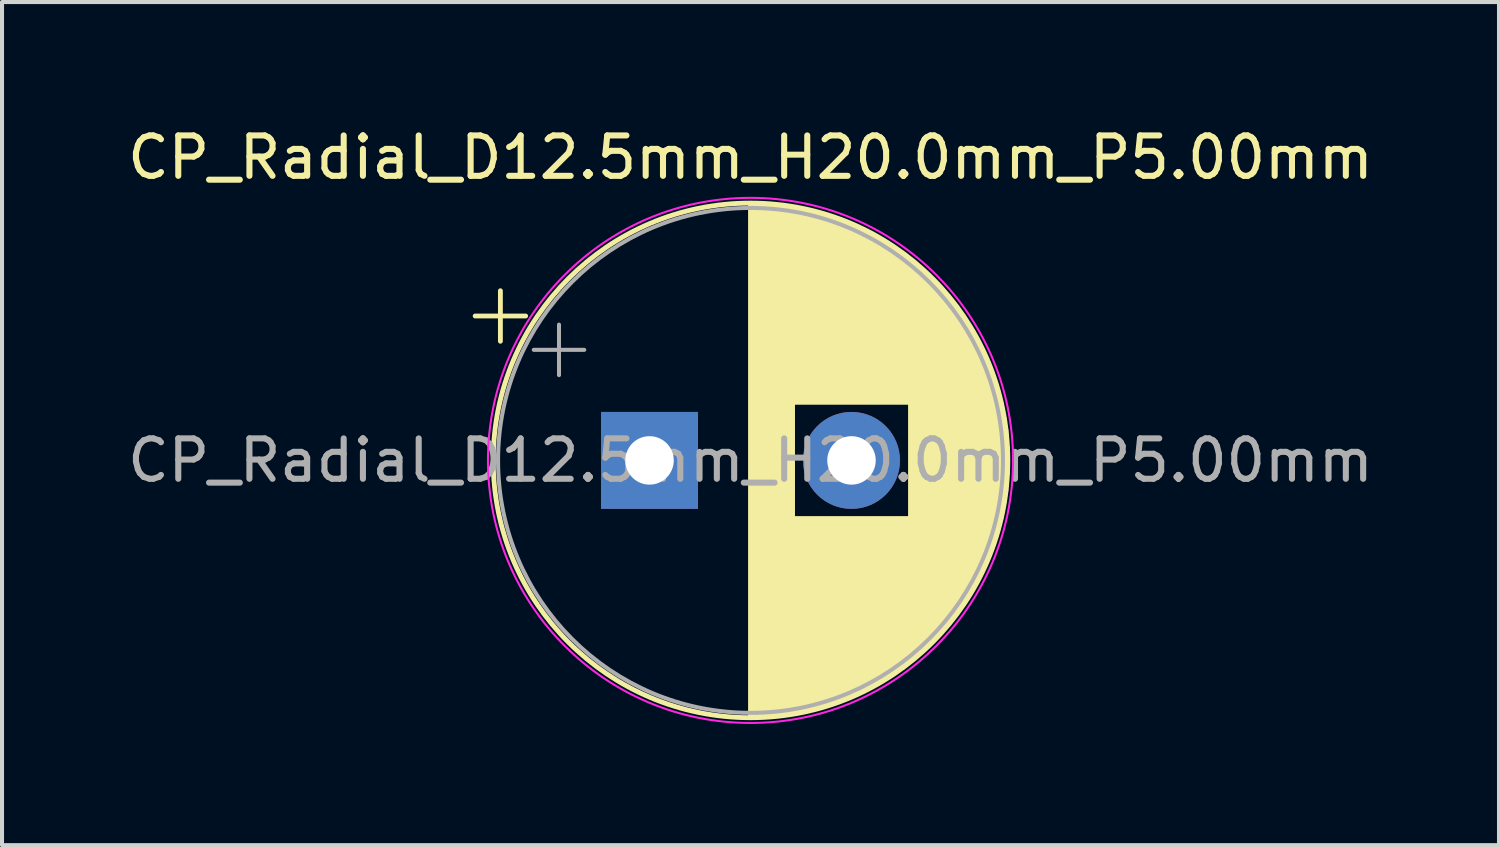
<source format=kicad_pcb>
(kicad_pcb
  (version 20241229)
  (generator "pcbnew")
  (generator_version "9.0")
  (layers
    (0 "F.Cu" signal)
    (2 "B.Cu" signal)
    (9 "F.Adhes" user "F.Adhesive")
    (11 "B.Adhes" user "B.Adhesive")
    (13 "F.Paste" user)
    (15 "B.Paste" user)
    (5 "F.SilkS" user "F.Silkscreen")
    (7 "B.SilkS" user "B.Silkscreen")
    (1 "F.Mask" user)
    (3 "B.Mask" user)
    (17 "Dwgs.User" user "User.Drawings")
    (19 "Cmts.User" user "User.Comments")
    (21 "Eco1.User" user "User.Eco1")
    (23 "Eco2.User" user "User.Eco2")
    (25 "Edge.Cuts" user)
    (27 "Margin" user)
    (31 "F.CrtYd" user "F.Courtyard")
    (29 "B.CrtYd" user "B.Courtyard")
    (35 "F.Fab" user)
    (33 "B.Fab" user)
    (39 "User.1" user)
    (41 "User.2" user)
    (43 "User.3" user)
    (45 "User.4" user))
  (footprint "CP_Radial_D12.5mm_H20.0mm_P5.00mm"
    (layer "F.Cu")
    (at 13.03 8.348)
    (property "Reference" "CP_Radial_D12.5mm_H20.0mm_P5.00mm" (at 2.5 -7.5 0) (layer "F.SilkS") (effects (font (size 1 1) (thickness 0.15))))
    (attr through_hole)
    (fp_line (start -4.317 -3.575) (end -3.067 -3.575) (stroke (width 0.12) (type solid)) (layer "F.SilkS"))
    (fp_line (start -3.692 -4.2) (end -3.692 -2.95) (stroke (width 0.12) (type solid)) (layer "F.SilkS"))
    (fp_line (start 2.5 -6.33) (end 2.5 6.33) (stroke (width 0.12) (type solid)) (layer "F.SilkS"))
    (fp_line (start 2.54 -6.33) (end 2.54 6.33) (stroke (width 0.12) (type solid)) (layer "F.SilkS"))
    (fp_line (start 2.58 -6.33) (end 2.58 6.33) (stroke (width 0.12) (type solid)) (layer "F.SilkS"))
    (fp_line (start 2.62 -6.329) (end 2.62 6.329) (stroke (width 0.12) (type solid)) (layer "F.SilkS"))
    (fp_line (start 2.66 -6.328) (end 2.66 6.328) (stroke (width 0.12) (type solid)) (layer "F.SilkS"))
    (fp_line (start 2.7 -6.327) (end 2.7 6.327) (stroke (width 0.12) (type solid)) (layer "F.SilkS"))
    (fp_line (start 2.74 -6.326) (end 2.74 6.326) (stroke (width 0.12) (type solid)) (layer "F.SilkS"))
    (fp_line (start 2.78 -6.324) (end 2.78 6.324) (stroke (width 0.12) (type solid)) (layer "F.SilkS"))
    (fp_line (start 2.82 -6.322) (end 2.82 6.322) (stroke (width 0.12) (type solid)) (layer "F.SilkS"))
    (fp_line (start 2.86 -6.32) (end 2.86 6.32) (stroke (width 0.12) (type solid)) (layer "F.SilkS"))
    (fp_line (start 2.9 -6.318) (end 2.9 6.318) (stroke (width 0.12) (type solid)) (layer "F.SilkS"))
    (fp_line (start 2.94 -6.315) (end 2.94 6.315) (stroke (width 0.12) (type solid)) (layer "F.SilkS"))
    (fp_line (start 2.98 -6.312) (end 2.98 6.312) (stroke (width 0.12) (type solid)) (layer "F.SilkS"))
    (fp_line (start 3.02 -6.309) (end 3.02 6.309) (stroke (width 0.12) (type solid)) (layer "F.SilkS"))
    (fp_line (start 3.06 -6.306) (end 3.06 6.306) (stroke (width 0.12) (type solid)) (layer "F.SilkS"))
    (fp_line (start 3.1 -6.302) (end 3.1 6.302) (stroke (width 0.12) (type solid)) (layer "F.SilkS"))
    (fp_line (start 3.14 -6.298) (end 3.14 6.298) (stroke (width 0.12) (type solid)) (layer "F.SilkS"))
    (fp_line (start 3.18 -6.294) (end 3.18 6.294) (stroke (width 0.12) (type solid)) (layer "F.SilkS"))
    (fp_line (start 3.221 -6.29) (end 3.221 6.29) (stroke (width 0.12) (type solid)) (layer "F.SilkS"))
    (fp_line (start 3.261 -6.285) (end 3.261 6.285) (stroke (width 0.12) (type solid)) (layer "F.SilkS"))
    (fp_line (start 3.301 -6.28) (end 3.301 6.28) (stroke (width 0.12) (type solid)) (layer "F.SilkS"))
    (fp_line (start 3.341 -6.275) (end 3.341 6.275) (stroke (width 0.12) (type solid)) (layer "F.SilkS"))
    (fp_line (start 3.381 -6.269) (end 3.381 6.269) (stroke (width 0.12) (type solid)) (layer "F.SilkS"))
    (fp_line (start 3.421 -6.264) (end 3.421 6.264) (stroke (width 0.12) (type solid)) (layer "F.SilkS"))
    (fp_line (start 3.461 -6.258) (end 3.461 6.258) (stroke (width 0.12) (type solid)) (layer "F.SilkS"))
    (fp_line (start 3.501 -6.252) (end 3.501 6.252) (stroke (width 0.12) (type solid)) (layer "F.SilkS"))
    (fp_line (start 3.541 -6.245) (end 3.541 6.245) (stroke (width 0.12) (type solid)) (layer "F.SilkS"))
    (fp_line (start 3.581 -6.238) (end 3.581 -1.44) (stroke (width 0.12) (type solid)) (layer "F.SilkS"))
    (fp_line (start 3.581 1.44) (end 3.581 6.238) (stroke (width 0.12) (type solid)) (layer "F.SilkS"))
    (fp_line (start 3.621 -6.231) (end 3.621 -1.44) (stroke (width 0.12) (type solid)) (layer "F.SilkS"))
    (fp_line (start 3.621 1.44) (end 3.621 6.231) (stroke (width 0.12) (type solid)) (layer "F.SilkS"))
    (fp_line (start 3.661 -6.224) (end 3.661 -1.44) (stroke (width 0.12) (type solid)) (layer "F.SilkS"))
    (fp_line (start 3.661 1.44) (end 3.661 6.224) (stroke (width 0.12) (type solid)) (layer "F.SilkS"))
    (fp_line (start 3.701 -6.216) (end 3.701 -1.44) (stroke (width 0.12) (type solid)) (layer "F.SilkS"))
    (fp_line (start 3.701 1.44) (end 3.701 6.216) (stroke (width 0.12) (type solid)) (layer "F.SilkS"))
    (fp_line (start 3.741 -6.209) (end 3.741 -1.44) (stroke (width 0.12) (type solid)) (layer "F.SilkS"))
    (fp_line (start 3.741 1.44) (end 3.741 6.209) (stroke (width 0.12) (type solid)) (layer "F.SilkS"))
    (fp_line (start 3.781 -6.201) (end 3.781 -1.44) (stroke (width 0.12) (type solid)) (layer "F.SilkS"))
    (fp_line (start 3.781 1.44) (end 3.781 6.201) (stroke (width 0.12) (type solid)) (layer "F.SilkS"))
    (fp_line (start 3.821 -6.192) (end 3.821 -1.44) (stroke (width 0.12) (type solid)) (layer "F.SilkS"))
    (fp_line (start 3.821 1.44) (end 3.821 6.192) (stroke (width 0.12) (type solid)) (layer "F.SilkS"))
    (fp_line (start 3.861 -6.184) (end 3.861 -1.44) (stroke (width 0.12) (type solid)) (layer "F.SilkS"))
    (fp_line (start 3.861 1.44) (end 3.861 6.184) (stroke (width 0.12) (type solid)) (layer "F.SilkS"))
    (fp_line (start 3.901 -6.175) (end 3.901 -1.44) (stroke (width 0.12) (type solid)) (layer "F.SilkS"))
    (fp_line (start 3.901 1.44) (end 3.901 6.175) (stroke (width 0.12) (type solid)) (layer "F.SilkS"))
    (fp_line (start 3.941 -6.166) (end 3.941 -1.44) (stroke (width 0.12) (type solid)) (layer "F.SilkS"))
    (fp_line (start 3.941 1.44) (end 3.941 6.166) (stroke (width 0.12) (type solid)) (layer "F.SilkS"))
    (fp_line (start 3.981 -6.156) (end 3.981 -1.44) (stroke (width 0.12) (type solid)) (layer "F.SilkS"))
    (fp_line (start 3.981 1.44) (end 3.981 6.156) (stroke (width 0.12) (type solid)) (layer "F.SilkS"))
    (fp_line (start 4.021 -6.146) (end 4.021 -1.44) (stroke (width 0.12) (type solid)) (layer "F.SilkS"))
    (fp_line (start 4.021 1.44) (end 4.021 6.146) (stroke (width 0.12) (type solid)) (layer "F.SilkS"))
    (fp_line (start 4.061 -6.137) (end 4.061 -1.44) (stroke (width 0.12) (type solid)) (layer "F.SilkS"))
    (fp_line (start 4.061 1.44) (end 4.061 6.137) (stroke (width 0.12) (type solid)) (layer "F.SilkS"))
    (fp_line (start 4.101 -6.126) (end 4.101 -1.44) (stroke (width 0.12) (type solid)) (layer "F.SilkS"))
    (fp_line (start 4.101 1.44) (end 4.101 6.126) (stroke (width 0.12) (type solid)) (layer "F.SilkS"))
    (fp_line (start 4.141 -6.116) (end 4.141 -1.44) (stroke (width 0.12) (type solid)) (layer "F.SilkS"))
    (fp_line (start 4.141 1.44) (end 4.141 6.116) (stroke (width 0.12) (type solid)) (layer "F.SilkS"))
    (fp_line (start 4.181 -6.105) (end 4.181 -1.44) (stroke (width 0.12) (type solid)) (layer "F.SilkS"))
    (fp_line (start 4.181 1.44) (end 4.181 6.105) (stroke (width 0.12) (type solid)) (layer "F.SilkS"))
    (fp_line (start 4.221 -6.094) (end 4.221 -1.44) (stroke (width 0.12) (type solid)) (layer "F.SilkS"))
    (fp_line (start 4.221 1.44) (end 4.221 6.094) (stroke (width 0.12) (type solid)) (layer "F.SilkS"))
    (fp_line (start 4.261 -6.083) (end 4.261 -1.44) (stroke (width 0.12) (type solid)) (layer "F.SilkS"))
    (fp_line (start 4.261 1.44) (end 4.261 6.083) (stroke (width 0.12) (type solid)) (layer "F.SilkS"))
    (fp_line (start 4.301 -6.071) (end 4.301 -1.44) (stroke (width 0.12) (type solid)) (layer "F.SilkS"))
    (fp_line (start 4.301 1.44) (end 4.301 6.071) (stroke (width 0.12) (type solid)) (layer "F.SilkS"))
    (fp_line (start 4.341 -6.059) (end 4.341 -1.44) (stroke (width 0.12) (type solid)) (layer "F.SilkS"))
    (fp_line (start 4.341 1.44) (end 4.341 6.059) (stroke (width 0.12) (type solid)) (layer "F.SilkS"))
    (fp_line (start 4.381 -6.047) (end 4.381 -1.44) (stroke (width 0.12) (type solid)) (layer "F.SilkS"))
    (fp_line (start 4.381 1.44) (end 4.381 6.047) (stroke (width 0.12) (type solid)) (layer "F.SilkS"))
    (fp_line (start 4.421 -6.034) (end 4.421 -1.44) (stroke (width 0.12) (type solid)) (layer "F.SilkS"))
    (fp_line (start 4.421 1.44) (end 4.421 6.034) (stroke (width 0.12) (type solid)) (layer "F.SilkS"))
    (fp_line (start 4.461 -6.021) (end 4.461 -1.44) (stroke (width 0.12) (type solid)) (layer "F.SilkS"))
    (fp_line (start 4.461 1.44) (end 4.461 6.021) (stroke (width 0.12) (type solid)) (layer "F.SilkS"))
    (fp_line (start 4.501 -6.008) (end 4.501 -1.44) (stroke (width 0.12) (type solid)) (layer "F.SilkS"))
    (fp_line (start 4.501 1.44) (end 4.501 6.008) (stroke (width 0.12) (type solid)) (layer "F.SilkS"))
    (fp_line (start 4.541 -5.995) (end 4.541 -1.44) (stroke (width 0.12) (type solid)) (layer "F.SilkS"))
    (fp_line (start 4.541 1.44) (end 4.541 5.995) (stroke (width 0.12) (type solid)) (layer "F.SilkS"))
    (fp_line (start 4.581 -5.981) (end 4.581 -1.44) (stroke (width 0.12) (type solid)) (layer "F.SilkS"))
    (fp_line (start 4.581 1.44) (end 4.581 5.981) (stroke (width 0.12) (type solid)) (layer "F.SilkS"))
    (fp_line (start 4.621 -5.967) (end 4.621 -1.44) (stroke (width 0.12) (type solid)) (layer "F.SilkS"))
    (fp_line (start 4.621 1.44) (end 4.621 5.967) (stroke (width 0.12) (type solid)) (layer "F.SilkS"))
    (fp_line (start 4.661 -5.953) (end 4.661 -1.44) (stroke (width 0.12) (type solid)) (layer "F.SilkS"))
    (fp_line (start 4.661 1.44) (end 4.661 5.953) (stroke (width 0.12) (type solid)) (layer "F.SilkS"))
    (fp_line (start 4.701 -5.939) (end 4.701 -1.44) (stroke (width 0.12) (type solid)) (layer "F.SilkS"))
    (fp_line (start 4.701 1.44) (end 4.701 5.939) (stroke (width 0.12) (type solid)) (layer "F.SilkS"))
    (fp_line (start 4.741 -5.924) (end 4.741 -1.44) (stroke (width 0.12) (type solid)) (layer "F.SilkS"))
    (fp_line (start 4.741 1.44) (end 4.741 5.924) (stroke (width 0.12) (type solid)) (layer "F.SilkS"))
    (fp_line (start 4.781 -5.908) (end 4.781 -1.44) (stroke (width 0.12) (type solid)) (layer "F.SilkS"))
    (fp_line (start 4.781 1.44) (end 4.781 5.908) (stroke (width 0.12) (type solid)) (layer "F.SilkS"))
    (fp_line (start 4.821 -5.893) (end 4.821 -1.44) (stroke (width 0.12) (type solid)) (layer "F.SilkS"))
    (fp_line (start 4.821 1.44) (end 4.821 5.893) (stroke (width 0.12) (type solid)) (layer "F.SilkS"))
    (fp_line (start 4.861 -5.877) (end 4.861 -1.44) (stroke (width 0.12) (type solid)) (layer "F.SilkS"))
    (fp_line (start 4.861 1.44) (end 4.861 5.877) (stroke (width 0.12) (type solid)) (layer "F.SilkS"))
    (fp_line (start 4.901 -5.861) (end 4.901 -1.44) (stroke (width 0.12) (type solid)) (layer "F.SilkS"))
    (fp_line (start 4.901 1.44) (end 4.901 5.861) (stroke (width 0.12) (type solid)) (layer "F.SilkS"))
    (fp_line (start 4.941 -5.845) (end 4.941 -1.44) (stroke (width 0.12) (type solid)) (layer "F.SilkS"))
    (fp_line (start 4.941 1.44) (end 4.941 5.845) (stroke (width 0.12) (type solid)) (layer "F.SilkS"))
    (fp_line (start 4.981 -5.828) (end 4.981 -1.44) (stroke (width 0.12) (type solid)) (layer "F.SilkS"))
    (fp_line (start 4.981 1.44) (end 4.981 5.828) (stroke (width 0.12) (type solid)) (layer "F.SilkS"))
    (fp_line (start 5.021 -5.811) (end 5.021 -1.44) (stroke (width 0.12) (type solid)) (layer "F.SilkS"))
    (fp_line (start 5.021 1.44) (end 5.021 5.811) (stroke (width 0.12) (type solid)) (layer "F.SilkS"))
    (fp_line (start 5.061 -5.793) (end 5.061 -1.44) (stroke (width 0.12) (type solid)) (layer "F.SilkS"))
    (fp_line (start 5.061 1.44) (end 5.061 5.793) (stroke (width 0.12) (type solid)) (layer "F.SilkS"))
    (fp_line (start 5.101 -5.776) (end 5.101 -1.44) (stroke (width 0.12) (type solid)) (layer "F.SilkS"))
    (fp_line (start 5.101 1.44) (end 5.101 5.776) (stroke (width 0.12) (type solid)) (layer "F.SilkS"))
    (fp_line (start 5.141 -5.758) (end 5.141 -1.44) (stroke (width 0.12) (type solid)) (layer "F.SilkS"))
    (fp_line (start 5.141 1.44) (end 5.141 5.758) (stroke (width 0.12) (type solid)) (layer "F.SilkS"))
    (fp_line (start 5.181 -5.739) (end 5.181 -1.44) (stroke (width 0.12) (type solid)) (layer "F.SilkS"))
    (fp_line (start 5.181 1.44) (end 5.181 5.739) (stroke (width 0.12) (type solid)) (layer "F.SilkS"))
    (fp_line (start 5.221 -5.721) (end 5.221 -1.44) (stroke (width 0.12) (type solid)) (layer "F.SilkS"))
    (fp_line (start 5.221 1.44) (end 5.221 5.721) (stroke (width 0.12) (type solid)) (layer "F.SilkS"))
    (fp_line (start 5.261 -5.702) (end 5.261 -1.44) (stroke (width 0.12) (type solid)) (layer "F.SilkS"))
    (fp_line (start 5.261 1.44) (end 5.261 5.702) (stroke (width 0.12) (type solid)) (layer "F.SilkS"))
    (fp_line (start 5.301 -5.682) (end 5.301 -1.44) (stroke (width 0.12) (type solid)) (layer "F.SilkS"))
    (fp_line (start 5.301 1.44) (end 5.301 5.682) (stroke (width 0.12) (type solid)) (layer "F.SilkS"))
    (fp_line (start 5.341 -5.662) (end 5.341 -1.44) (stroke (width 0.12) (type solid)) (layer "F.SilkS"))
    (fp_line (start 5.341 1.44) (end 5.341 5.662) (stroke (width 0.12) (type solid)) (layer "F.SilkS"))
    (fp_line (start 5.381 -5.642) (end 5.381 -1.44) (stroke (width 0.12) (type solid)) (layer "F.SilkS"))
    (fp_line (start 5.381 1.44) (end 5.381 5.642) (stroke (width 0.12) (type solid)) (layer "F.SilkS"))
    (fp_line (start 5.421 -5.622) (end 5.421 -1.44) (stroke (width 0.12) (type solid)) (layer "F.SilkS"))
    (fp_line (start 5.421 1.44) (end 5.421 5.622) (stroke (width 0.12) (type solid)) (layer "F.SilkS"))
    (fp_line (start 5.461 -5.601) (end 5.461 -1.44) (stroke (width 0.12) (type solid)) (layer "F.SilkS"))
    (fp_line (start 5.461 1.44) (end 5.461 5.601) (stroke (width 0.12) (type solid)) (layer "F.SilkS"))
    (fp_line (start 5.501 -5.58) (end 5.501 -1.44) (stroke (width 0.12) (type solid)) (layer "F.SilkS"))
    (fp_line (start 5.501 1.44) (end 5.501 5.58) (stroke (width 0.12) (type solid)) (layer "F.SilkS"))
    (fp_line (start 5.541 -5.558) (end 5.541 -1.44) (stroke (width 0.12) (type solid)) (layer "F.SilkS"))
    (fp_line (start 5.541 1.44) (end 5.541 5.558) (stroke (width 0.12) (type solid)) (layer "F.SilkS"))
    (fp_line (start 5.581 -5.536) (end 5.581 -1.44) (stroke (width 0.12) (type solid)) (layer "F.SilkS"))
    (fp_line (start 5.581 1.44) (end 5.581 5.536) (stroke (width 0.12) (type solid)) (layer "F.SilkS"))
    (fp_line (start 5.621 -5.514) (end 5.621 -1.44) (stroke (width 0.12) (type solid)) (layer "F.SilkS"))
    (fp_line (start 5.621 1.44) (end 5.621 5.514) (stroke (width 0.12) (type solid)) (layer "F.SilkS"))
    (fp_line (start 5.661 -5.491) (end 5.661 -1.44) (stroke (width 0.12) (type solid)) (layer "F.SilkS"))
    (fp_line (start 5.661 1.44) (end 5.661 5.491) (stroke (width 0.12) (type solid)) (layer "F.SilkS"))
    (fp_line (start 5.701 -5.468) (end 5.701 -1.44) (stroke (width 0.12) (type solid)) (layer "F.SilkS"))
    (fp_line (start 5.701 1.44) (end 5.701 5.468) (stroke (width 0.12) (type solid)) (layer "F.SilkS"))
    (fp_line (start 5.741 -5.445) (end 5.741 -1.44) (stroke (width 0.12) (type solid)) (layer "F.SilkS"))
    (fp_line (start 5.741 1.44) (end 5.741 5.445) (stroke (width 0.12) (type solid)) (layer "F.SilkS"))
    (fp_line (start 5.781 -5.421) (end 5.781 -1.44) (stroke (width 0.12) (type solid)) (layer "F.SilkS"))
    (fp_line (start 5.781 1.44) (end 5.781 5.421) (stroke (width 0.12) (type solid)) (layer "F.SilkS"))
    (fp_line (start 5.821 -5.397) (end 5.821 -1.44) (stroke (width 0.12) (type solid)) (layer "F.SilkS"))
    (fp_line (start 5.821 1.44) (end 5.821 5.397) (stroke (width 0.12) (type solid)) (layer "F.SilkS"))
    (fp_line (start 5.861 -5.372) (end 5.861 -1.44) (stroke (width 0.12) (type solid)) (layer "F.SilkS"))
    (fp_line (start 5.861 1.44) (end 5.861 5.372) (stroke (width 0.12) (type solid)) (layer "F.SilkS"))
    (fp_line (start 5.901 -5.347) (end 5.901 -1.44) (stroke (width 0.12) (type solid)) (layer "F.SilkS"))
    (fp_line (start 5.901 1.44) (end 5.901 5.347) (stroke (width 0.12) (type solid)) (layer "F.SilkS"))
    (fp_line (start 5.941 -5.322) (end 5.941 -1.44) (stroke (width 0.12) (type solid)) (layer "F.SilkS"))
    (fp_line (start 5.941 1.44) (end 5.941 5.322) (stroke (width 0.12) (type solid)) (layer "F.SilkS"))
    (fp_line (start 5.981 -5.296) (end 5.981 -1.44) (stroke (width 0.12) (type solid)) (layer "F.SilkS"))
    (fp_line (start 5.981 1.44) (end 5.981 5.296) (stroke (width 0.12) (type solid)) (layer "F.SilkS"))
    (fp_line (start 6.021 -5.27) (end 6.021 -1.44) (stroke (width 0.12) (type solid)) (layer "F.SilkS"))
    (fp_line (start 6.021 1.44) (end 6.021 5.27) (stroke (width 0.12) (type solid)) (layer "F.SilkS"))
    (fp_line (start 6.061 -5.243) (end 6.061 -1.44) (stroke (width 0.12) (type solid)) (layer "F.SilkS"))
    (fp_line (start 6.061 1.44) (end 6.061 5.243) (stroke (width 0.12) (type solid)) (layer "F.SilkS"))
    (fp_line (start 6.101 -5.216) (end 6.101 -1.44) (stroke (width 0.12) (type solid)) (layer "F.SilkS"))
    (fp_line (start 6.101 1.44) (end 6.101 5.216) (stroke (width 0.12) (type solid)) (layer "F.SilkS"))
    (fp_line (start 6.141 -5.188) (end 6.141 -1.44) (stroke (width 0.12) (type solid)) (layer "F.SilkS"))
    (fp_line (start 6.141 1.44) (end 6.141 5.188) (stroke (width 0.12) (type solid)) (layer "F.SilkS"))
    (fp_line (start 6.181 -5.16) (end 6.181 -1.44) (stroke (width 0.12) (type solid)) (layer "F.SilkS"))
    (fp_line (start 6.181 1.44) (end 6.181 5.16) (stroke (width 0.12) (type solid)) (layer "F.SilkS"))
    (fp_line (start 6.221 -5.131) (end 6.221 -1.44) (stroke (width 0.12) (type solid)) (layer "F.SilkS"))
    (fp_line (start 6.221 1.44) (end 6.221 5.131) (stroke (width 0.12) (type solid)) (layer "F.SilkS"))
    (fp_line (start 6.261 -5.102) (end 6.261 -1.44) (stroke (width 0.12) (type solid)) (layer "F.SilkS"))
    (fp_line (start 6.261 1.44) (end 6.261 5.102) (stroke (width 0.12) (type solid)) (layer "F.SilkS"))
    (fp_line (start 6.301 -5.073) (end 6.301 -1.44) (stroke (width 0.12) (type solid)) (layer "F.SilkS"))
    (fp_line (start 6.301 1.44) (end 6.301 5.073) (stroke (width 0.12) (type solid)) (layer "F.SilkS"))
    (fp_line (start 6.341 -5.043) (end 6.341 -1.44) (stroke (width 0.12) (type solid)) (layer "F.SilkS"))
    (fp_line (start 6.341 1.44) (end 6.341 5.043) (stroke (width 0.12) (type solid)) (layer "F.SilkS"))
    (fp_line (start 6.381 -5.012) (end 6.381 -1.44) (stroke (width 0.12) (type solid)) (layer "F.SilkS"))
    (fp_line (start 6.381 1.44) (end 6.381 5.012) (stroke (width 0.12) (type solid)) (layer "F.SilkS"))
    (fp_line (start 6.421 -4.982) (end 6.421 -1.44) (stroke (width 0.12) (type solid)) (layer "F.SilkS"))
    (fp_line (start 6.421 1.44) (end 6.421 4.982) (stroke (width 0.12) (type solid)) (layer "F.SilkS"))
    (fp_line (start 6.461 -4.95) (end 6.461 4.95) (stroke (width 0.12) (type solid)) (layer "F.SilkS"))
    (fp_line (start 6.501 -4.918) (end 6.501 4.918) (stroke (width 0.12) (type solid)) (layer "F.SilkS"))
    (fp_line (start 6.541 -4.885) (end 6.541 4.885) (stroke (width 0.12) (type solid)) (layer "F.SilkS"))
    (fp_line (start 6.581 -4.852) (end 6.581 4.852) (stroke (width 0.12) (type solid)) (layer "F.SilkS"))
    (fp_line (start 6.621 -4.819) (end 6.621 4.819) (stroke (width 0.12) (type solid)) (layer "F.SilkS"))
    (fp_line (start 6.661 -4.785) (end 6.661 4.785) (stroke (width 0.12) (type solid)) (layer "F.SilkS"))
    (fp_line (start 6.701 -4.75) (end 6.701 4.75) (stroke (width 0.12) (type solid)) (layer "F.SilkS"))
    (fp_line (start 6.741 -4.714) (end 6.741 4.714) (stroke (width 0.12) (type solid)) (layer "F.SilkS"))
    (fp_line (start 6.781 -4.678) (end 6.781 4.678) (stroke (width 0.12) (type solid)) (layer "F.SilkS"))
    (fp_line (start 6.821 -4.642) (end 6.821 4.642) (stroke (width 0.12) (type solid)) (layer "F.SilkS"))
    (fp_line (start 6.861 -4.605) (end 6.861 4.605) (stroke (width 0.12) (type solid)) (layer "F.SilkS"))
    (fp_line (start 6.901 -4.567) (end 6.901 4.567) (stroke (width 0.12) (type solid)) (layer "F.SilkS"))
    (fp_line (start 6.941 -4.528) (end 6.941 4.528) (stroke (width 0.12) (type solid)) (layer "F.SilkS"))
    (fp_line (start 6.981 -4.489) (end 6.981 4.489) (stroke (width 0.12) (type solid)) (layer "F.SilkS"))
    (fp_line (start 7.021 -4.449) (end 7.021 4.449) (stroke (width 0.12) (type solid)) (layer "F.SilkS"))
    (fp_line (start 7.061 -4.408) (end 7.061 4.408) (stroke (width 0.12) (type solid)) (layer "F.SilkS"))
    (fp_line (start 7.101 -4.367) (end 7.101 4.367) (stroke (width 0.12) (type solid)) (layer "F.SilkS"))
    (fp_line (start 7.141 -4.325) (end 7.141 4.325) (stroke (width 0.12) (type solid)) (layer "F.SilkS"))
    (fp_line (start 7.181 -4.282) (end 7.181 4.282) (stroke (width 0.12) (type solid)) (layer "F.SilkS"))
    (fp_line (start 7.221 -4.238) (end 7.221 4.238) (stroke (width 0.12) (type solid)) (layer "F.SilkS"))
    (fp_line (start 7.261 -4.194) (end 7.261 4.194) (stroke (width 0.12) (type solid)) (layer "F.SilkS"))
    (fp_line (start 7.301 -4.148) (end 7.301 4.148) (stroke (width 0.12) (type solid)) (layer "F.SilkS"))
    (fp_line (start 7.341 -4.102) (end 7.341 4.102) (stroke (width 0.12) (type solid)) (layer "F.SilkS"))
    (fp_line (start 7.381 -4.055) (end 7.381 4.055) (stroke (width 0.12) (type solid)) (layer "F.SilkS"))
    (fp_line (start 7.421 -4.007) (end 7.421 4.007) (stroke (width 0.12) (type solid)) (layer "F.SilkS"))
    (fp_line (start 7.461 -3.957) (end 7.461 3.957) (stroke (width 0.12) (type solid)) (layer "F.SilkS"))
    (fp_line (start 7.501 -3.907) (end 7.501 3.907) (stroke (width 0.12) (type solid)) (layer "F.SilkS"))
    (fp_line (start 7.541 -3.856) (end 7.541 3.856) (stroke (width 0.12) (type solid)) (layer "F.SilkS"))
    (fp_line (start 7.581 -3.804) (end 7.581 3.804) (stroke (width 0.12) (type solid)) (layer "F.SilkS"))
    (fp_line (start 7.621 -3.75) (end 7.621 3.75) (stroke (width 0.12) (type solid)) (layer "F.SilkS"))
    (fp_line (start 7.661 -3.696) (end 7.661 3.696) (stroke (width 0.12) (type solid)) (layer "F.SilkS"))
    (fp_line (start 7.701 -3.64) (end 7.701 3.64) (stroke (width 0.12) (type solid)) (layer "F.SilkS"))
    (fp_line (start 7.741 -3.583) (end 7.741 3.583) (stroke (width 0.12) (type solid)) (layer "F.SilkS"))
    (fp_line (start 7.781 -3.524) (end 7.781 3.524) (stroke (width 0.12) (type solid)) (layer "F.SilkS"))
    (fp_line (start 7.821 -3.464) (end 7.821 3.464) (stroke (width 0.12) (type solid)) (layer "F.SilkS"))
    (fp_line (start 7.861 -3.402) (end 7.861 3.402) (stroke (width 0.12) (type solid)) (layer "F.SilkS"))
    (fp_line (start 7.901 -3.339) (end 7.901 3.339) (stroke (width 0.12) (type solid)) (layer "F.SilkS"))
    (fp_line (start 7.941 -3.275) (end 7.941 3.275) (stroke (width 0.12) (type solid)) (layer "F.SilkS"))
    (fp_line (start 7.981 -3.208) (end 7.981 3.208) (stroke (width 0.12) (type solid)) (layer "F.SilkS"))
    (fp_line (start 8.021 -3.14) (end 8.021 3.14) (stroke (width 0.12) (type solid)) (layer "F.SilkS"))
    (fp_line (start 8.061 -3.069) (end 8.061 3.069) (stroke (width 0.12) (type solid)) (layer "F.SilkS"))
    (fp_line (start 8.101 -2.996) (end 8.101 2.996) (stroke (width 0.12) (type solid)) (layer "F.SilkS"))
    (fp_line (start 8.141 -2.921) (end 8.141 2.921) (stroke (width 0.12) (type solid)) (layer "F.SilkS"))
    (fp_line (start 8.181 -2.844) (end 8.181 2.844) (stroke (width 0.12) (type solid)) (layer "F.SilkS"))
    (fp_line (start 8.221 -2.764) (end 8.221 2.764) (stroke (width 0.12) (type solid)) (layer "F.SilkS"))
    (fp_line (start 8.261 -2.681) (end 8.261 2.681) (stroke (width 0.12) (type solid)) (layer "F.SilkS"))
    (fp_line (start 8.301 -2.594) (end 8.301 2.594) (stroke (width 0.12) (type solid)) (layer "F.SilkS"))
    (fp_line (start 8.341 -2.504) (end 8.341 2.504) (stroke (width 0.12) (type solid)) (layer "F.SilkS"))
    (fp_line (start 8.381 -2.41) (end 8.381 2.41) (stroke (width 0.12) (type solid)) (layer "F.SilkS"))
    (fp_line (start 8.421 -2.312) (end 8.421 2.312) (stroke (width 0.12) (type solid)) (layer "F.SilkS"))
    (fp_line (start 8.461 -2.209) (end 8.461 2.209) (stroke (width 0.12) (type solid)) (layer "F.SilkS"))
    (fp_line (start 8.501 -2.1) (end 8.501 2.1) (stroke (width 0.12) (type solid)) (layer "F.SilkS"))
    (fp_line (start 8.541 -1.984) (end 8.541 1.984) (stroke (width 0.12) (type solid)) (layer "F.SilkS"))
    (fp_line (start 8.581 -1.861) (end 8.581 1.861) (stroke (width 0.12) (type solid)) (layer "F.SilkS"))
    (fp_line (start 8.621 -1.728) (end 8.621 1.728) (stroke (width 0.12) (type solid)) (layer "F.SilkS"))
    (fp_line (start 8.661 -1.583) (end 8.661 1.583) (stroke (width 0.12) (type solid)) (layer "F.SilkS"))
    (fp_line (start 8.701 -1.422) (end 8.701 1.422) (stroke (width 0.12) (type solid)) (layer "F.SilkS"))
    (fp_line (start 8.741 -1.241) (end 8.741 1.241) (stroke (width 0.12) (type solid)) (layer "F.SilkS"))
    (fp_line (start 8.781 -1.028) (end 8.781 1.028) (stroke (width 0.12) (type solid)) (layer "F.SilkS"))
    (fp_line (start 8.821 -0.757) (end 8.821 0.757) (stroke (width 0.12) (type solid)) (layer "F.SilkS"))
    (fp_line (start 8.861 -0.317) (end 8.861 0.317) (stroke (width 0.12) (type solid)) (layer "F.SilkS"))
    (fp_circle (center 2.5 0) (end 8.87 0) (stroke (width 0.12) (type solid)) (fill no) (layer "F.SilkS"))
    (fp_circle (center 2.5 0) (end 9 0) (stroke (width 0.05) (type solid)) (fill no) (layer "F.CrtYd"))
    (fp_line (start -2.866 -2.737) (end -1.616 -2.737) (stroke (width 0.1) (type solid)) (layer "F.Fab"))
    (fp_line (start -2.241 -3.362) (end -2.241 -2.112) (stroke (width 0.1) (type solid)) (layer "F.Fab"))
    (fp_circle (center 2.5 0) (end 8.75 0) (stroke (width 0.1) (type solid)) (fill no) (layer "F.Fab"))
    (fp_text user "${REFERENCE}" (at 2.5 0 0) (layer "F.Fab") (effects (font (size 1 1) (thickness 0.15))))
    (pad "1" thru_hole rect (at 0 0) (size 2.4 2.4) (drill 1.2) (layers "*.Cu" "*.Mask"))
    (pad "2" thru_hole circle (at 5 0) (size 2.4 2.4) (drill 1.2) (layers "*.Cu" "*.Mask")))
  (gr_rect
    (start -3 -3)
    (end 34.06 17.873)
    (stroke (width 0.1) (type default))
    (fill no)
    (layer "Edge.Cuts")))
</source>
